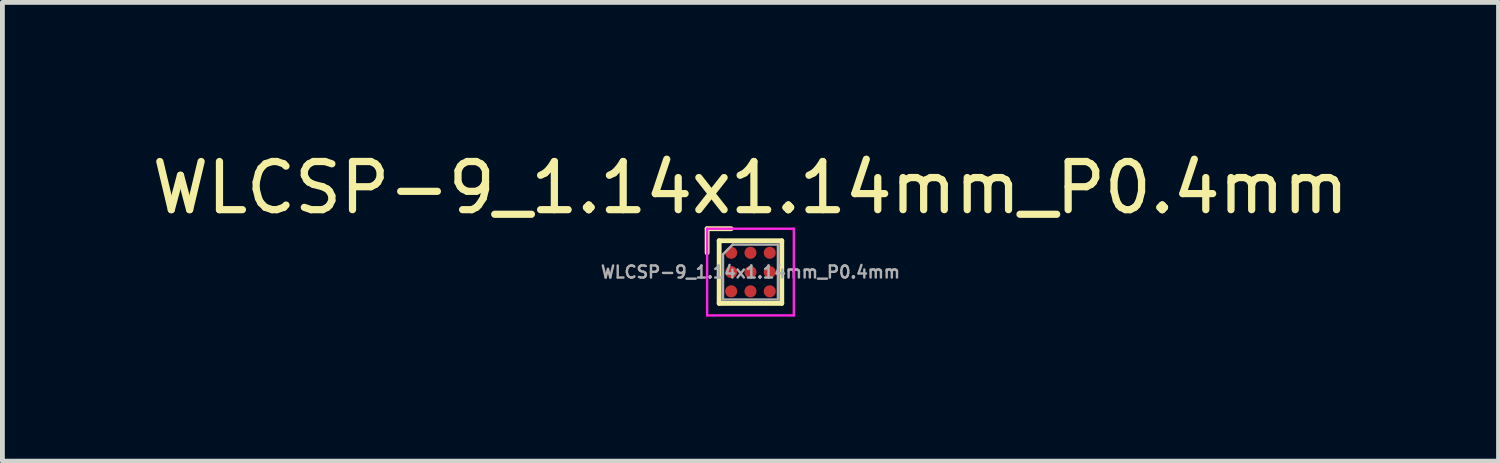
<source format=kicad_pcb>
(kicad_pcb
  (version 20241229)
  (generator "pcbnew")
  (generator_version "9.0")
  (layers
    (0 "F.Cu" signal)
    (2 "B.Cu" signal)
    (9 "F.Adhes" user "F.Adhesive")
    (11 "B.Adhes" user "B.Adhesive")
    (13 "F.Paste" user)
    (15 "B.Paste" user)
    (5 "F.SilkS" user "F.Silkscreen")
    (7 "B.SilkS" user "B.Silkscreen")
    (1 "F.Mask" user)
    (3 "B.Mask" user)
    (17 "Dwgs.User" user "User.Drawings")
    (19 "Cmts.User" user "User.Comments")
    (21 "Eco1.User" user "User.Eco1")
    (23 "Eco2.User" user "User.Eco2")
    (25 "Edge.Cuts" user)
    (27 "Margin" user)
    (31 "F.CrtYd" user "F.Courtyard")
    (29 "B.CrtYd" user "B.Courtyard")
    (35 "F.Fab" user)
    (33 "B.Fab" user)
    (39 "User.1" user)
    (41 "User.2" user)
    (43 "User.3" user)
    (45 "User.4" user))
  (footprint "WLCSP-9_1.14x1.14mm_P0.4mm"
    (layer "F.Cu")
    (at 12.53 2.598)
    (property "Reference" "WLCSP-9_1.14x1.14mm_P0.4mm" (at 0 -1.75 0) (layer "F.SilkS") (effects (font (size 1 1) (thickness 0.15))))
    (attr through_hole)
    (fp_line (start -0.9 -0.9) (end -0.9 -0.4) (stroke (width 0.1) (type solid)) (layer "F.SilkS"))
    (fp_line (start -0.65 -0.65) (end -0.65 0.65) (stroke (width 0.1) (type solid)) (layer "F.SilkS"))
    (fp_line (start -0.65 0.65) (end 0.65 0.65) (stroke (width 0.1) (type solid)) (layer "F.SilkS"))
    (fp_line (start -0.4 -0.9) (end -0.9 -0.9) (stroke (width 0.1) (type solid)) (layer "F.SilkS"))
    (fp_line (start 0.65 -0.65) (end -0.65 -0.65) (stroke (width 0.1) (type solid)) (layer "F.SilkS"))
    (fp_line (start 0.65 0.65) (end 0.65 -0.65) (stroke (width 0.1) (type solid)) (layer "F.SilkS"))
    (fp_line (start -0.9 -0.9) (end 0.9 -0.9) (stroke (width 0.05) (type solid)) (layer "F.CrtYd"))
    (fp_line (start -0.9 0.9) (end -0.9 -0.9) (stroke (width 0.05) (type solid)) (layer "F.CrtYd"))
    (fp_line (start 0.9 -0.9) (end 0.9 0.9) (stroke (width 0.05) (type solid)) (layer "F.CrtYd"))
    (fp_line (start 0.9 0.9) (end -0.9 0.9) (stroke (width 0.05) (type solid)) (layer "F.CrtYd"))
    (fp_line (start -0.57 -0.37) (end -0.57 0.57) (stroke (width 0.05) (type solid)) (layer "F.Fab"))
    (fp_line (start -0.37 -0.57) (end -0.57 -0.37) (stroke (width 0.05) (type solid)) (layer "F.Fab"))
    (fp_line (start 0.57 -0.57) (end -0.37 -0.57) (stroke (width 0.05) (type solid)) (layer "F.Fab"))
    (fp_line (start 0.57 -0.57) (end 0.57 0.57) (stroke (width 0.05) (type solid)) (layer "F.Fab"))
    (fp_line (start 0.57 0.57) (end -0.57 0.57) (stroke (width 0.05) (type solid)) (layer "F.Fab"))
    (fp_text user "${REFERENCE}" (at 0 0 0) (layer "F.Fab") (effects (font (size 0.25 0.25) (thickness 0.05))))
    (pad "A1" smd circle (at -0.4 -0.4) (size 0.25 0.25) (layers "F.Cu" "F.Mask" "F.Paste"))
    (pad "A2" smd circle (at 0 -0.4) (size 0.25 0.25) (layers "F.Cu" "F.Mask" "F.Paste"))
    (pad "A3" smd circle (at 0.4 -0.4) (size 0.25 0.25) (layers "F.Cu" "F.Mask" "F.Paste"))
    (pad "B1" smd circle (at -0.4 0) (size 0.25 0.25) (layers "F.Cu" "F.Mask" "F.Paste"))
    (pad "B2" smd circle (at 0 0) (size 0.25 0.25) (layers "F.Cu" "F.Mask" "F.Paste"))
    (pad "B3" smd circle (at 0.4 0) (size 0.25 0.25) (layers "F.Cu" "F.Mask" "F.Paste"))
    (pad "C1" smd circle (at -0.4 0.4) (size 0.25 0.25) (layers "F.Cu" "F.Mask" "F.Paste"))
    (pad "C2" smd circle (at 0 0.4) (size 0.25 0.25) (layers "F.Cu" "F.Mask" "F.Paste"))
    (pad "C3" smd circle (at 0.4 0.4) (size 0.25 0.25) (layers "F.Cu" "F.Mask" "F.Paste")))
  (gr_rect
    (start -3 -3)
    (end 28.06 6.523)
    (stroke (width 0.1) (type default))
    (fill no)
    (layer "Edge.Cuts")))
</source>
